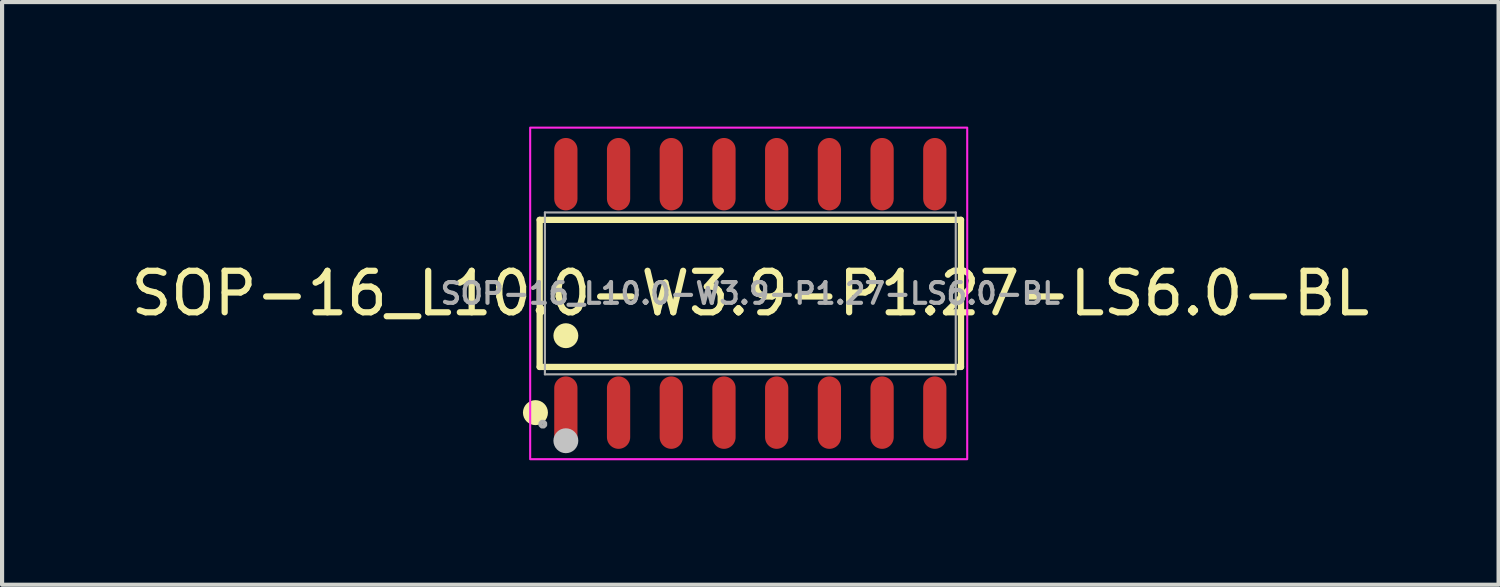
<source format=kicad_pcb>
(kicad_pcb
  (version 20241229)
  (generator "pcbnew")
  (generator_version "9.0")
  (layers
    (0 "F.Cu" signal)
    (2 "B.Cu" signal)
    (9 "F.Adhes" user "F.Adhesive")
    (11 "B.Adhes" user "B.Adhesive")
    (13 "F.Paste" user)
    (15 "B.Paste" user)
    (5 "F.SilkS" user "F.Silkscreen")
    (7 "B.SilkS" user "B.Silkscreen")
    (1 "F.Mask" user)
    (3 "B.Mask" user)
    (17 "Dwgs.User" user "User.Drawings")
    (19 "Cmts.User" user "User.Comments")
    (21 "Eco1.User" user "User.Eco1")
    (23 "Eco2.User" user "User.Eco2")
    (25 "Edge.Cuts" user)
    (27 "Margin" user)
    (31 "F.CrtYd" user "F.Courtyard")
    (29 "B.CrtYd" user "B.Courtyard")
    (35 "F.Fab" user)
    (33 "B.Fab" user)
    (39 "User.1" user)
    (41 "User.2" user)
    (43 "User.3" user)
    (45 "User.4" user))
  (footprint "SOP-16_L10.0-W3.9-P1.27-LS6.0-BL"
    (layer "F.Cu")
    (at 15.03 4.02)
    (property "Reference" "SOP-16_L10.0-W3.9-P1.27-LS6.0-BL" (at 0 0 0) (layer "F.SilkS") (effects (font (size 1 1) (thickness 0.15))))
    (fp_line (start -5.076 -1.772) (end 5.076 -1.772) (stroke (width 0.152) (type default)) (layer "F.SilkS"))
    (fp_line (start -5.076 1.772) (end -5.076 -1.772) (stroke (width 0.152) (type default)) (layer "F.SilkS"))
    (fp_line (start 5.076 -1.772) (end 5.076 1.772) (stroke (width 0.152) (type default)) (layer "F.SilkS"))
    (fp_line (start 5.076 1.772) (end -5.076 1.772) (stroke (width 0.152) (type default)) (layer "F.SilkS"))
    (fp_circle (center -5.178 2.873) (end -5.027 2.873) (stroke (width 0.3) (type default)) (fill no) (layer "F.SilkS"))
    (fp_circle (center -4.445 1.019) (end -4.295 1.019) (stroke (width 0.3) (type default)) (fill no) (layer "F.SilkS"))
    (fp_circle (center -4.445 3.55) (end -4.295 3.55) (stroke (width 0.3) (type default)) (fill no) (layer "Dwgs.User"))
    (fp_rect (start -5.305 -3.995) (end 5.226 3.995) (stroke (width 0.05) (type default)) (fill no) (layer "F.CrtYd"))
    (fp_line (start -4.95 -1.95) (end 4.95 -1.95) (stroke (width 0.051) (type default)) (layer "F.Fab"))
    (fp_line (start -4.95 1.95) (end -4.95 -1.95) (stroke (width 0.051) (type default)) (layer "F.Fab"))
    (fp_line (start 4.95 -1.95) (end 4.95 1.95) (stroke (width 0.051) (type default)) (layer "F.Fab"))
    (fp_line (start 4.95 1.95) (end -4.95 1.95) (stroke (width 0.051) (type default)) (layer "F.Fab"))
    (fp_poly (pts (xy -4.945 3.127) (xy -4.977 3.095) (xy -5.023 3.095) (xy -5.055 3.127) (xy -5.055 3.173) (xy -5.023 3.205) (xy -4.977 3.205) (xy -4.945 3.173)) (stroke (width 0.1) (type default)) (fill no) (layer "F.Fab"))
    (fp_poly (pts (xy -4.65 -2.165) (xy -4.65 -3) (xy -4.24 -3) (xy -4.24 -2.165)) (stroke (width 0.1) (type default)) (fill no) (layer "User.1"))
    (fp_poly (pts (xy -4.65 -1.94) (xy -4.65 -2.175) (xy -4.24 -2.175) (xy -4.24 -1.94)) (stroke (width 0.1) (type default)) (fill no) (layer "User.1"))
    (fp_poly (pts (xy -4.65 2.175) (xy -4.65 1.94) (xy -4.24 1.94) (xy -4.24 2.175)) (stroke (width 0.1) (type default)) (fill no) (layer "User.1"))
    (fp_poly (pts (xy -4.65 3) (xy -4.65 2.165) (xy -4.24 2.165) (xy -4.24 3)) (stroke (width 0.1) (type default)) (fill no) (layer "User.1"))
    (fp_poly (pts (xy -3.38 -2.165) (xy -3.38 -3) (xy -2.97 -3) (xy -2.97 -2.165)) (stroke (width 0.1) (type default)) (fill no) (layer "User.1"))
    (fp_poly (pts (xy -3.38 -1.94) (xy -3.38 -2.175) (xy -2.97 -2.175) (xy -2.97 -1.94)) (stroke (width 0.1) (type default)) (fill no) (layer "User.1"))
    (fp_poly (pts (xy -3.38 2.175) (xy -3.38 1.94) (xy -2.97 1.94) (xy -2.97 2.175)) (stroke (width 0.1) (type default)) (fill no) (layer "User.1"))
    (fp_poly (pts (xy -3.38 3) (xy -3.38 2.165) (xy -2.97 2.165) (xy -2.97 3)) (stroke (width 0.1) (type default)) (fill no) (layer "User.1"))
    (fp_poly (pts (xy -2.11 -2.165) (xy -2.11 -3) (xy -1.7 -3) (xy -1.7 -2.165)) (stroke (width 0.1) (type default)) (fill no) (layer "User.1"))
    (fp_poly (pts (xy -2.11 -1.94) (xy -2.11 -2.175) (xy -1.7 -2.175) (xy -1.7 -1.94)) (stroke (width 0.1) (type default)) (fill no) (layer "User.1"))
    (fp_poly (pts (xy -2.11 2.175) (xy -2.11 1.94) (xy -1.7 1.94) (xy -1.7 2.175)) (stroke (width 0.1) (type default)) (fill no) (layer "User.1"))
    (fp_poly (pts (xy -2.11 3) (xy -2.11 2.165) (xy -1.7 2.165) (xy -1.7 3)) (stroke (width 0.1) (type default)) (fill no) (layer "User.1"))
    (fp_poly (pts (xy -0.84 -2.165) (xy -0.84 -3) (xy -0.43 -3) (xy -0.43 -2.165)) (stroke (width 0.1) (type default)) (fill no) (layer "User.1"))
    (fp_poly (pts (xy -0.84 -1.94) (xy -0.84 -2.175) (xy -0.43 -2.175) (xy -0.43 -1.94)) (stroke (width 0.1) (type default)) (fill no) (layer "User.1"))
    (fp_poly (pts (xy -0.84 2.175) (xy -0.84 1.94) (xy -0.43 1.94) (xy -0.43 2.175)) (stroke (width 0.1) (type default)) (fill no) (layer "User.1"))
    (fp_poly (pts (xy -0.84 3) (xy -0.84 2.165) (xy -0.43 2.165) (xy -0.43 3)) (stroke (width 0.1) (type default)) (fill no) (layer "User.1"))
    (fp_poly (pts (xy 0.43 -2.165) (xy 0.43 -3) (xy 0.84 -3) (xy 0.84 -2.165)) (stroke (width 0.1) (type default)) (fill no) (layer "User.1"))
    (fp_poly (pts (xy 0.43 -1.94) (xy 0.43 -2.175) (xy 0.84 -2.175) (xy 0.84 -1.94)) (stroke (width 0.1) (type default)) (fill no) (layer "User.1"))
    (fp_poly (pts (xy 0.43 2.175) (xy 0.43 1.94) (xy 0.84 1.94) (xy 0.84 2.175)) (stroke (width 0.1) (type default)) (fill no) (layer "User.1"))
    (fp_poly (pts (xy 0.43 3) (xy 0.43 2.165) (xy 0.84 2.165) (xy 0.84 3)) (stroke (width 0.1) (type default)) (fill no) (layer "User.1"))
    (fp_poly (pts (xy 1.7 -2.165) (xy 1.7 -3) (xy 2.11 -3) (xy 2.11 -2.165)) (stroke (width 0.1) (type default)) (fill no) (layer "User.1"))
    (fp_poly (pts (xy 1.7 -1.94) (xy 1.7 -2.175) (xy 2.11 -2.175) (xy 2.11 -1.94)) (stroke (width 0.1) (type default)) (fill no) (layer "User.1"))
    (fp_poly (pts (xy 1.7 2.175) (xy 1.7 1.94) (xy 2.11 1.94) (xy 2.11 2.175)) (stroke (width 0.1) (type default)) (fill no) (layer "User.1"))
    (fp_poly (pts (xy 1.7 3) (xy 1.7 2.165) (xy 2.11 2.165) (xy 2.11 3)) (stroke (width 0.1) (type default)) (fill no) (layer "User.1"))
    (fp_poly (pts (xy 2.97 -2.165) (xy 2.97 -3) (xy 3.38 -3) (xy 3.38 -2.165)) (stroke (width 0.1) (type default)) (fill no) (layer "User.1"))
    (fp_poly (pts (xy 2.97 -1.94) (xy 2.97 -2.175) (xy 3.38 -2.175) (xy 3.38 -1.94)) (stroke (width 0.1) (type default)) (fill no) (layer "User.1"))
    (fp_poly (pts (xy 2.97 2.175) (xy 2.97 1.94) (xy 3.38 1.94) (xy 3.38 2.175)) (stroke (width 0.1) (type default)) (fill no) (layer "User.1"))
    (fp_poly (pts (xy 2.97 3) (xy 2.97 2.165) (xy 3.38 2.165) (xy 3.38 3)) (stroke (width 0.1) (type default)) (fill no) (layer "User.1"))
    (fp_poly (pts (xy 4.24 -2.165) (xy 4.24 -3) (xy 4.65 -3) (xy 4.65 -2.165)) (stroke (width 0.1) (type default)) (fill no) (layer "User.1"))
    (fp_poly (pts (xy 4.24 -1.94) (xy 4.24 -2.175) (xy 4.65 -2.175) (xy 4.65 -1.94)) (stroke (width 0.1) (type default)) (fill no) (layer "User.1"))
    (fp_poly (pts (xy 4.24 2.175) (xy 4.24 1.94) (xy 4.65 1.94) (xy 4.65 2.175)) (stroke (width 0.1) (type default)) (fill no) (layer "User.1"))
    (fp_poly (pts (xy 4.24 3) (xy 4.24 2.165) (xy 4.65 2.165) (xy 4.65 3)) (stroke (width 0.1) (type default)) (fill no) (layer "User.1"))
    (fp_text user "${REFERENCE}" (at 0 0 0) (layer "F.Fab") (effects (font (size 0.5 0.5) (thickness 0.1))))
    (pad "1" smd oval (at -4.445 2.873) (size 0.56 1.745) (layers "F.Cu" "F.Mask" "F.Paste"))
    (pad "2" smd oval (at -3.175 2.873) (size 0.56 1.745) (layers "F.Cu" "F.Mask" "F.Paste"))
    (pad "3" smd oval (at -1.905 2.873) (size 0.56 1.745) (layers "F.Cu" "F.Mask" "F.Paste"))
    (pad "4" smd oval (at -0.635 2.873) (size 0.56 1.745) (layers "F.Cu" "F.Mask" "F.Paste"))
    (pad "5" smd oval (at 0.635 2.873) (size 0.56 1.745) (layers "F.Cu" "F.Mask" "F.Paste"))
    (pad "6" smd oval (at 1.905 2.873) (size 0.56 1.745) (layers "F.Cu" "F.Mask" "F.Paste"))
    (pad "7" smd oval (at 3.175 2.873) (size 0.56 1.745) (layers "F.Cu" "F.Mask" "F.Paste"))
    (pad "8" smd oval (at 4.445 2.873) (size 0.56 1.745) (layers "F.Cu" "F.Mask" "F.Paste"))
    (pad "9" smd oval (at 4.445 -2.873) (size 0.56 1.745) (layers "F.Cu" "F.Mask" "F.Paste"))
    (pad "10" smd oval (at 3.175 -2.873) (size 0.56 1.745) (layers "F.Cu" "F.Mask" "F.Paste"))
    (pad "11" smd oval (at 1.905 -2.873) (size 0.56 1.745) (layers "F.Cu" "F.Mask" "F.Paste"))
    (pad "12" smd oval (at 0.635 -2.873) (size 0.56 1.745) (layers "F.Cu" "F.Mask" "F.Paste"))
    (pad "13" smd oval (at -0.635 -2.873) (size 0.56 1.745) (layers "F.Cu" "F.Mask" "F.Paste"))
    (pad "14" smd oval (at -1.905 -2.873) (size 0.56 1.745) (layers "F.Cu" "F.Mask" "F.Paste"))
    (pad "15" smd oval (at -3.175 -2.873) (size 0.56 1.745) (layers "F.Cu" "F.Mask" "F.Paste"))
    (pad "16" smd oval (at -4.445 -2.873) (size 0.56 1.745) (layers "F.Cu" "F.Mask" "F.Paste")))
  (gr_rect
    (start -3 -3)
    (end 33.06 11.04)
    (stroke (width 0.1) (type default))
    (fill no)
    (layer "Edge.Cuts")))
</source>
